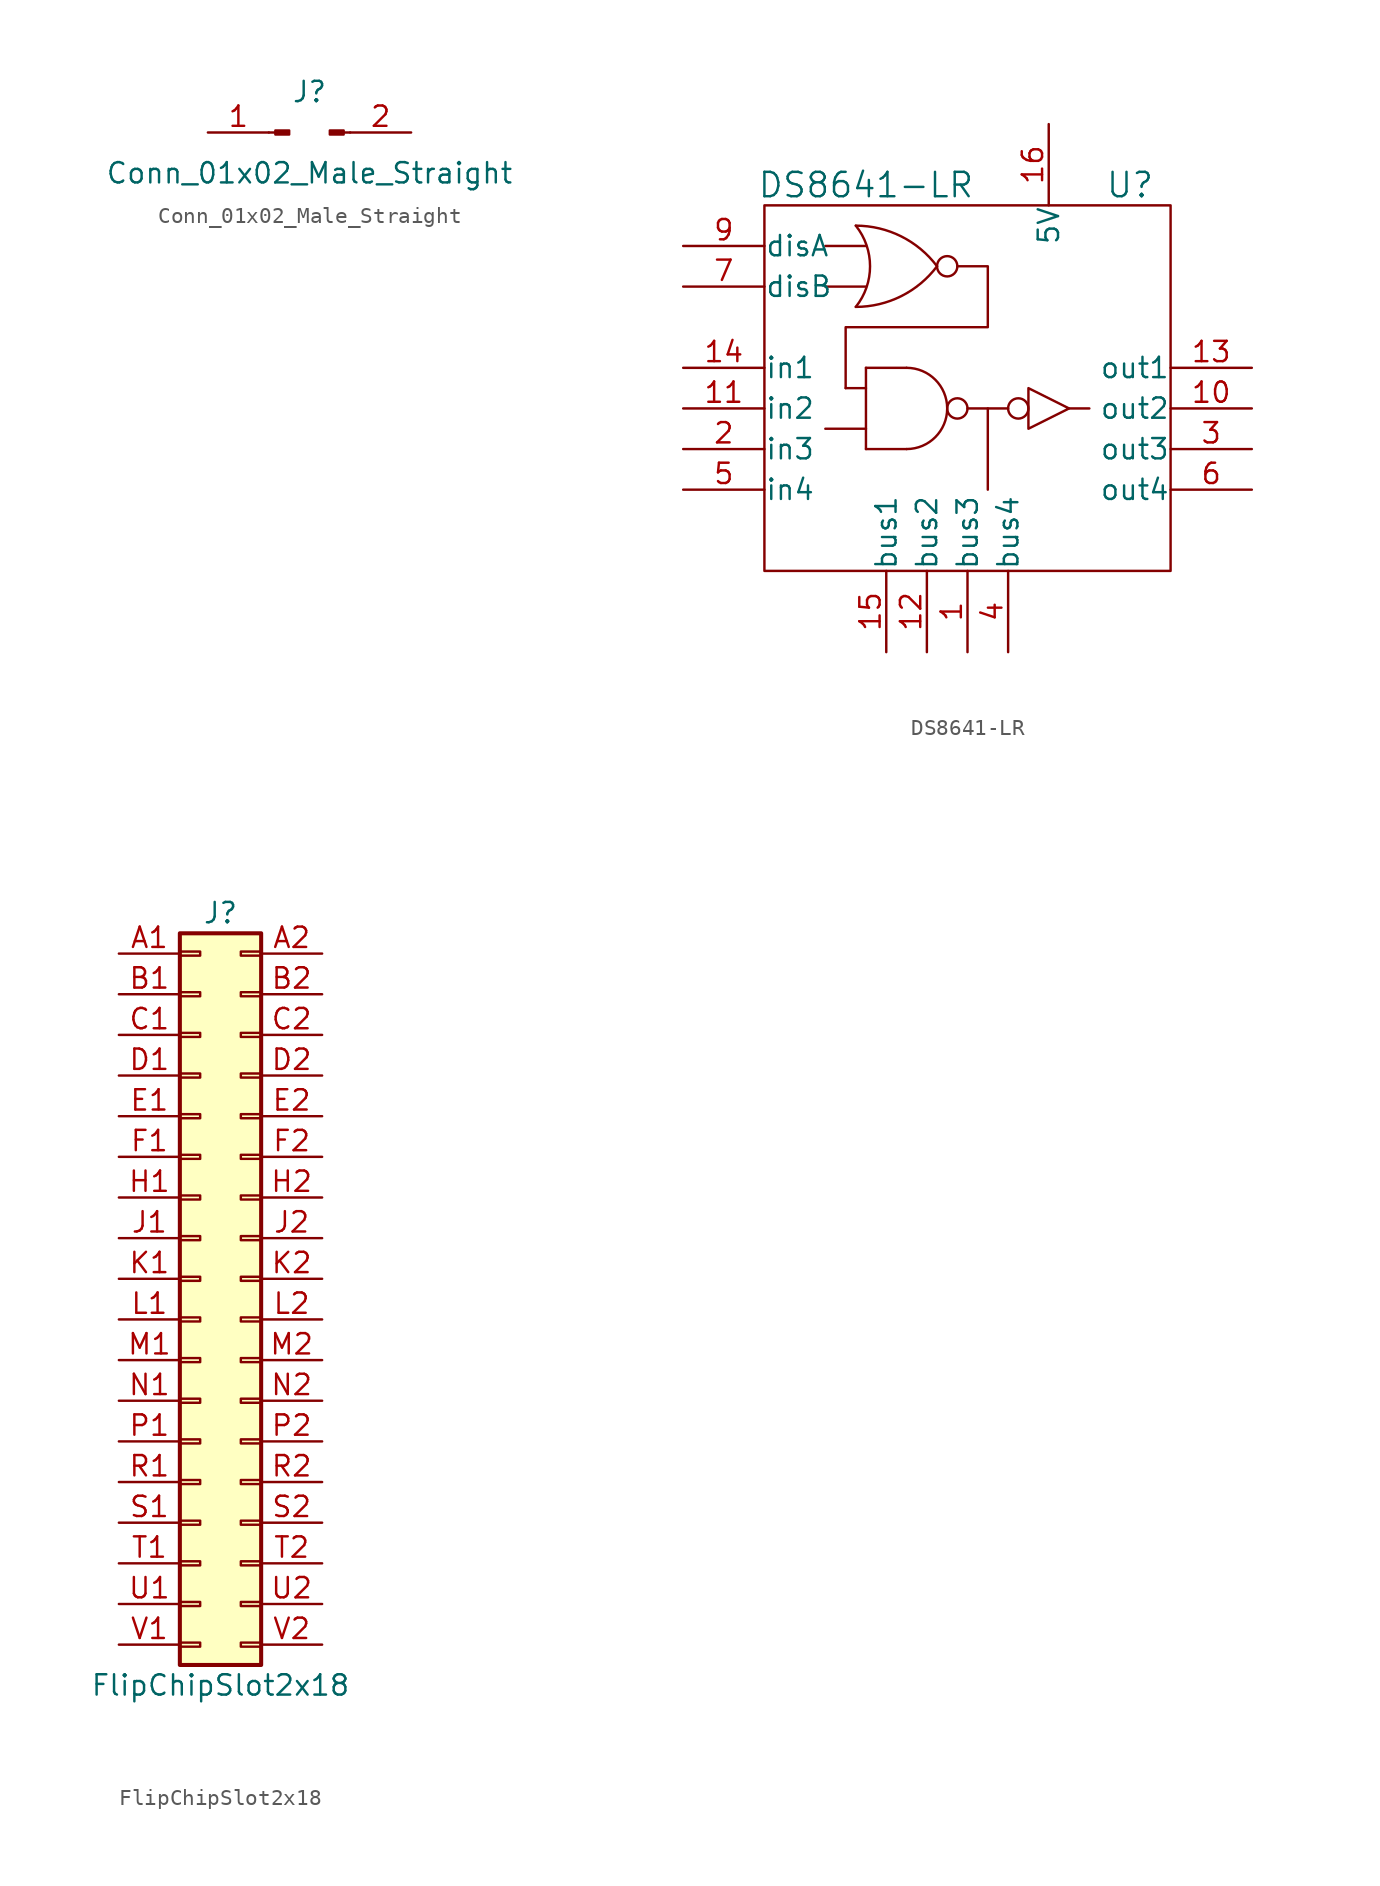
<source format=kicad_sym>
(kicad_symbol_lib
  (version 20231120)
  (generator "kicad_symbol_editor")
  (generator_version "8.0")
  (symbol "Conn_01x02_Male_Straight"
    (pin_names
      (offset 1.016) hide)
    (property "Reference" "J"
      (at -1.27 2.54 0)
      (effects (font (size 1.27 1.27))))
    (property "Value" "Conn_01x02_Male_Straight"
      (at -1.27 -2.54 0)
      (effects (font (size 1.27 1.27))))
    (symbol "Conn_01x02_Male_Straight_1_1"
      (rectangle (start -3.404 0.127) (end -2.54 -0.127) (stroke (width 0.152) (type solid)) (fill (type outline)))
      (polyline (pts (xy -3.81 0) (xy -3.404 0)) (stroke (width 0.152) (type solid)) (fill (type none)))
      (polyline (pts (xy 1.27 0) (xy 0.864 0)) (stroke (width 0.152) (type solid)) (fill (type none)))
      (rectangle (start 0.864 0.127) (end 0 -0.127) (stroke (width 0.152) (type solid)) (fill (type outline)))
      (pin passive line (at -7.62 0 0) (length 3.81) (name "Pin_1" (effects (font (size 1.27 1.27)))) (number "1" (effects (font (size 1.27 1.27)))))
      (pin passive line (at 5.08 0 180) (length 3.81) (name "Pin_2" (effects (font (size 1.27 1.27)))) (number "2" (effects (font (size 1.27 1.27)))))))
  (symbol "DS8641-LR"
    (pin_names
      (offset 0.025))
    (property "Reference" "U"
      (at 10.16 19.05 0)
      (effects (font (size 1.524 1.524))))
    (property "Value" "DS8641-LR"
      (at -6.35 19.05 0)
      (effects (font (size 1.524 1.524))))
    (property "Footprint" ""
      (at -13.335 13.335 0)
      (effects (font (size 1.524 1.524))))
    (property "Datasheet" ""
      (at -13.335 13.335 0)
      (effects (font (size 1.524 1.524))))
    (symbol "DS8641-LR_0_1"
      (rectangle (start -12.7 17.78) (end 12.7 -5.08) (stroke (width 0) (type solid)) (fill (type none)))
      (arc (start -6.985 11.43) (mid -6.094 13.97) (end -6.985 16.51) (stroke (width 0) (type solid)) (fill (type none)))
      (arc (start -6.985 11.43) (mid -4.1452 12.1004) (end -1.905 13.97) (stroke (width 0) (type solid)) (fill (type none)))
      (arc (start -3.81 2.54) (mid -1.281 5.08) (end -3.81 7.62) (stroke (width 0) (type solid)) (fill (type none)))
      (arc (start -1.905 13.97) (mid -4.1452 15.8396) (end -6.985 16.51) (stroke (width 0) (type solid)) (fill (type none)))
      (circle (center -1.27 13.97) (radius 0.635) (stroke (width 0) (type solid)) (fill (type none)))
      (circle (center -0.635 5.08) (radius 0.635) (stroke (width 0) (type solid)) (fill (type none)))
      (polyline (pts (xy -8.89 3.81) (xy -6.35 3.81)) (stroke (width 0) (type solid)) (fill (type none)))
      (polyline (pts (xy -8.89 12.7) (xy -6.35 12.7)) (stroke (width 0) (type solid)) (fill (type none)))
      (polyline (pts (xy -8.89 15.24) (xy -6.35 15.24)) (stroke (width 0) (type solid)) (fill (type none)))
      (polyline (pts (xy -7.62 6.35) (xy -6.35 6.35)) (stroke (width 0) (type solid)) (fill (type none)))
      (polyline (pts (xy -6.35 2.54) (xy -3.81 2.54)) (stroke (width 0) (type solid)) (fill (type none)))
      (polyline (pts (xy -6.35 7.62) (xy -6.35 2.54)) (stroke (width 0) (type solid)) (fill (type none)))
      (polyline (pts (xy -6.35 7.62) (xy -3.81 7.62)) (stroke (width 0) (type solid)) (fill (type none)))
      (polyline (pts (xy 0 5.08) (xy 2.54 5.08)) (stroke (width 0) (type solid)) (fill (type none)))
      (polyline (pts (xy 1.27 5.08) (xy 1.27 0)) (stroke (width 0) (type solid)) (fill (type none)))
      (polyline (pts (xy 6.35 5.08) (xy 7.62 5.08)) (stroke (width 0) (type solid)) (fill (type none)))
      (polyline (pts (xy 3.81 6.35) (xy 3.81 3.81) (xy 6.35 5.08) (xy 3.81 6.35)) (stroke (width 0) (type solid)) (fill (type none)))
      (polyline (pts (xy -7.62 6.35) (xy -7.62 10.16) (xy 1.27 10.16) (xy 1.27 13.97) (xy -0.635 13.97)) (stroke (width 0) (type solid)) (fill (type none)))
      (circle (center 3.175 5.08) (radius 0.635) (stroke (width 0) (type solid)) (fill (type none)))
      (pin input line (at -17.78 12.7 0) (length 5.08) (name "disB" (effects (font (size 1.27 1.27)))) (number "7" (effects (font (size 1.27 1.27)))))
      (pin input line (at -17.78 15.24 0) (length 5.08) (name "disA" (effects (font (size 1.27 1.27)))) (number "9" (effects (font (size 1.27 1.27))))))
    (symbol "DS8641-LR_1_1"
      (pin open_collector line (at 0 -10.16 90) (length 5.08) (name "bus3" (effects (font (size 1.27 1.27)))) (number "1" (effects (font (size 1.27 1.27)))))
      (pin output line (at 17.78 5.08 180) (length 5.08) (name "out2" (effects (font (size 1.27 1.27)))) (number "10" (effects (font (size 1.27 1.27)))))
      (pin input line (at -17.78 5.08 0) (length 5.08) (name "in2" (effects (font (size 1.27 1.27)))) (number "11" (effects (font (size 1.27 1.27)))))
      (pin open_collector line (at -2.54 -10.16 90) (length 5.08) (name "bus2" (effects (font (size 1.27 1.27)))) (number "12" (effects (font (size 1.27 1.27)))))
      (pin output line (at 17.78 7.62 180) (length 5.08) (name "out1" (effects (font (size 1.27 1.27)))) (number "13" (effects (font (size 1.27 1.27)))))
      (pin input line (at -17.78 7.62 0) (length 5.08) (name "in1" (effects (font (size 1.27 1.27)))) (number "14" (effects (font (size 1.27 1.27)))))
      (pin open_collector line (at -5.08 -10.16 90) (length 5.08) (name "bus1" (effects (font (size 1.27 1.27)))) (number "15" (effects (font (size 1.27 1.27)))))
      (pin power_in line (at 5.08 22.86 270) (length 5.08) (name "5V" (effects (font (size 1.27 1.27)))) (number "16" (effects (font (size 1.27 1.27)))))
      (pin input line (at -17.78 2.54 0) (length 5.08) (name "in3" (effects (font (size 1.27 1.27)))) (number "2" (effects (font (size 1.27 1.27)))))
      (pin output line (at 17.78 2.54 180) (length 5.08) (name "out3" (effects (font (size 1.27 1.27)))) (number "3" (effects (font (size 1.27 1.27)))))
      (pin open_collector line (at 2.54 -10.16 90) (length 5.08) (name "bus4" (effects (font (size 1.27 1.27)))) (number "4" (effects (font (size 1.27 1.27)))))
      (pin input line (at -17.78 0 0) (length 5.08) (name "in4" (effects (font (size 1.27 1.27)))) (number "5" (effects (font (size 1.27 1.27)))))
      (pin output line (at 17.78 0 180) (length 5.08) (name "out4" (effects (font (size 1.27 1.27)))) (number "6" (effects (font (size 1.27 1.27)))))
      (pin power_in line (at 7.62 -5.08 90) (length 0) hide (name "GND" (effects (font (size 1.27 1.27)))) (number "8" (effects (font (size 1.27 1.27)))))))
  (symbol "FlipChipSlot2x18"
    (pin_names
      (offset 1.016) hide)
    (property "Reference" "J"
      (at 1.27 22.86 0)
      (effects (font (size 1.27 1.27))))
    (property "Value" "FlipChipSlot2x18"
      (at 1.27 -25.4 0)
      (effects (font (size 1.27 1.27))))
    (symbol "FlipChipSlot2x18_1_1"
      (rectangle (start -1.27 -22.733) (end 0 -22.987) (stroke (width 0.152) (type solid)) (fill (type none)))
      (rectangle (start -1.27 -20.193) (end 0 -20.447) (stroke (width 0.152) (type solid)) (fill (type none)))
      (rectangle (start -1.27 -17.653) (end 0 -17.907) (stroke (width 0.152) (type solid)) (fill (type none)))
      (rectangle (start -1.27 -15.113) (end 0 -15.367) (stroke (width 0.152) (type solid)) (fill (type none)))
      (rectangle (start -1.27 -12.573) (end 0 -12.827) (stroke (width 0.152) (type solid)) (fill (type none)))
      (rectangle (start -1.27 -10.033) (end 0 -10.287) (stroke (width 0.152) (type solid)) (fill (type none)))
      (rectangle (start -1.27 -7.493) (end 0 -7.747) (stroke (width 0.152) (type solid)) (fill (type none)))
      (rectangle (start -1.27 -4.953) (end 0 -5.207) (stroke (width 0.152) (type solid)) (fill (type none)))
      (rectangle (start -1.27 -2.413) (end 0 -2.667) (stroke (width 0.152) (type solid)) (fill (type none)))
      (rectangle (start -1.27 0.127) (end 0 -0.127) (stroke (width 0.152) (type solid)) (fill (type none)))
      (rectangle (start -1.27 2.667) (end 0 2.413) (stroke (width 0.152) (type solid)) (fill (type none)))
      (rectangle (start -1.27 5.207) (end 0 4.953) (stroke (width 0.152) (type solid)) (fill (type none)))
      (rectangle (start -1.27 7.747) (end 0 7.493) (stroke (width 0.152) (type solid)) (fill (type none)))
      (rectangle (start -1.27 10.287) (end 0 10.033) (stroke (width 0.152) (type solid)) (fill (type none)))
      (rectangle (start -1.27 12.827) (end 0 12.573) (stroke (width 0.152) (type solid)) (fill (type none)))
      (rectangle (start -1.27 15.367) (end 0 15.113) (stroke (width 0.152) (type solid)) (fill (type none)))
      (rectangle (start -1.27 17.907) (end 0 17.653) (stroke (width 0.152) (type solid)) (fill (type none)))
      (rectangle (start -1.27 20.447) (end 0 20.193) (stroke (width 0.152) (type solid)) (fill (type none)))
      (rectangle (start -1.27 21.59) (end 3.81 -24.13) (stroke (width 0.254) (type solid)) (fill (type background)))
      (rectangle (start 3.81 -22.733) (end 2.54 -22.987) (stroke (width 0.152) (type solid)) (fill (type none)))
      (rectangle (start 3.81 -20.193) (end 2.54 -20.447) (stroke (width 0.152) (type solid)) (fill (type none)))
      (rectangle (start 3.81 -17.653) (end 2.54 -17.907) (stroke (width 0.152) (type solid)) (fill (type none)))
      (rectangle (start 3.81 -15.113) (end 2.54 -15.367) (stroke (width 0.152) (type solid)) (fill (type none)))
      (rectangle (start 3.81 -12.573) (end 2.54 -12.827) (stroke (width 0.152) (type solid)) (fill (type none)))
      (rectangle (start 3.81 -10.033) (end 2.54 -10.287) (stroke (width 0.152) (type solid)) (fill (type none)))
      (rectangle (start 3.81 -7.493) (end 2.54 -7.747) (stroke (width 0.152) (type solid)) (fill (type none)))
      (rectangle (start 3.81 -4.953) (end 2.54 -5.207) (stroke (width 0.152) (type solid)) (fill (type none)))
      (rectangle (start 3.81 -2.413) (end 2.54 -2.667) (stroke (width 0.152) (type solid)) (fill (type none)))
      (rectangle (start 3.81 0.127) (end 2.54 -0.127) (stroke (width 0.152) (type solid)) (fill (type none)))
      (rectangle (start 3.81 2.667) (end 2.54 2.413) (stroke (width 0.152) (type solid)) (fill (type none)))
      (rectangle (start 3.81 5.207) (end 2.54 4.953) (stroke (width 0.152) (type solid)) (fill (type none)))
      (rectangle (start 3.81 7.747) (end 2.54 7.493) (stroke (width 0.152) (type solid)) (fill (type none)))
      (rectangle (start 3.81 10.287) (end 2.54 10.033) (stroke (width 0.152) (type solid)) (fill (type none)))
      (rectangle (start 3.81 12.827) (end 2.54 12.573) (stroke (width 0.152) (type solid)) (fill (type none)))
      (rectangle (start 3.81 15.367) (end 2.54 15.113) (stroke (width 0.152) (type solid)) (fill (type none)))
      (rectangle (start 3.81 17.907) (end 2.54 17.653) (stroke (width 0.152) (type solid)) (fill (type none)))
      (rectangle (start 3.81 20.447) (end 2.54 20.193) (stroke (width 0.152) (type solid)) (fill (type none)))
      (pin passive line (at -5.08 20.32 0) (length 3.81) (name "Pin_A1" (effects (font (size 1.27 1.27)))) (number "A1" (effects (font (size 1.27 1.27)))))
      (pin passive line (at 7.62 20.32 180) (length 3.81) (name "Pin_A2" (effects (font (size 1.27 1.27)))) (number "A2" (effects (font (size 1.27 1.27)))))
      (pin passive line (at -5.08 17.78 0) (length 3.81) (name "Pin_B1" (effects (font (size 1.27 1.27)))) (number "B1" (effects (font (size 1.27 1.27)))))
      (pin passive line (at 7.62 17.78 180) (length 3.81) (name "Pin_B2" (effects (font (size 1.27 1.27)))) (number "B2" (effects (font (size 1.27 1.27)))))
      (pin passive line (at -5.08 15.24 0) (length 3.81) (name "Pin_C1" (effects (font (size 1.27 1.27)))) (number "C1" (effects (font (size 1.27 1.27)))))
      (pin passive line (at 7.62 15.24 180) (length 3.81) (name "Pin_C2" (effects (font (size 1.27 1.27)))) (number "C2" (effects (font (size 1.27 1.27)))))
      (pin passive line (at -5.08 12.7 0) (length 3.81) (name "Pin_D1" (effects (font (size 1.27 1.27)))) (number "D1" (effects (font (size 1.27 1.27)))))
      (pin passive line (at 7.62 12.7 180) (length 3.81) (name "Pin_D2" (effects (font (size 1.27 1.27)))) (number "D2" (effects (font (size 1.27 1.27)))))
      (pin passive line (at -5.08 10.16 0) (length 3.81) (name "Pin_E1" (effects (font (size 1.27 1.27)))) (number "E1" (effects (font (size 1.27 1.27)))))
      (pin passive line (at 7.62 10.16 180) (length 3.81) (name "Pin_E2" (effects (font (size 1.27 1.27)))) (number "E2" (effects (font (size 1.27 1.27)))))
      (pin passive line (at -5.08 7.62 0) (length 3.81) (name "Pin_F1" (effects (font (size 1.27 1.27)))) (number "F1" (effects (font (size 1.27 1.27)))))
      (pin passive line (at 7.62 7.62 180) (length 3.81) (name "Pin_F2" (effects (font (size 1.27 1.27)))) (number "F2" (effects (font (size 1.27 1.27)))))
      (pin passive line (at -5.08 5.08 0) (length 3.81) (name "Pin_H1" (effects (font (size 1.27 1.27)))) (number "H1" (effects (font (size 1.27 1.27)))))
      (pin passive line (at 7.62 5.08 180) (length 3.81) (name "Pin_H2" (effects (font (size 1.27 1.27)))) (number "H2" (effects (font (size 1.27 1.27)))))
      (pin passive line (at -5.08 2.54 0) (length 3.81) (name "Pin_J1" (effects (font (size 1.27 1.27)))) (number "J1" (effects (font (size 1.27 1.27)))))
      (pin passive line (at 7.62 2.54 180) (length 3.81) (name "Pin_J2" (effects (font (size 1.27 1.27)))) (number "J2" (effects (font (size 1.27 1.27)))))
      (pin passive line (at -5.08 0 0) (length 3.81) (name "Pin_K1" (effects (font (size 1.27 1.27)))) (number "K1" (effects (font (size 1.27 1.27)))))
      (pin passive line (at 7.62 0 180) (length 3.81) (name "Pin_K2" (effects (font (size 1.27 1.27)))) (number "K2" (effects (font (size 1.27 1.27)))))
      (pin passive line (at -5.08 -2.54 0) (length 3.81) (name "Pin_L1" (effects (font (size 1.27 1.27)))) (number "L1" (effects (font (size 1.27 1.27)))))
      (pin passive line (at 7.62 -2.54 180) (length 3.81) (name "Pin_L2" (effects (font (size 1.27 1.27)))) (number "L2" (effects (font (size 1.27 1.27)))))
      (pin passive line (at -5.08 -5.08 0) (length 3.81) (name "Pin_M1" (effects (font (size 1.27 1.27)))) (number "M1" (effects (font (size 1.27 1.27)))))
      (pin passive line (at 7.62 -5.08 180) (length 3.81) (name "Pin_M2" (effects (font (size 1.27 1.27)))) (number "M2" (effects (font (size 1.27 1.27)))))
      (pin passive line (at -5.08 -7.62 0) (length 3.81) (name "Pin_N1" (effects (font (size 1.27 1.27)))) (number "N1" (effects (font (size 1.27 1.27)))))
      (pin passive line (at 7.62 -7.62 180) (length 3.81) (name "Pin_N2" (effects (font (size 1.27 1.27)))) (number "N2" (effects (font (size 1.27 1.27)))))
      (pin passive line (at -5.08 -10.16 0) (length 3.81) (name "Pin_P1" (effects (font (size 1.27 1.27)))) (number "P1" (effects (font (size 1.27 1.27)))))
      (pin passive line (at 7.62 -10.16 180) (length 3.81) (name "Pin_P2" (effects (font (size 1.27 1.27)))) (number "P2" (effects (font (size 1.27 1.27)))))
      (pin passive line (at -5.08 -12.7 0) (length 3.81) (name "Pin_R1" (effects (font (size 1.27 1.27)))) (number "R1" (effects (font (size 1.27 1.27)))))
      (pin passive line (at 7.62 -12.7 180) (length 3.81) (name "Pin_R2" (effects (font (size 1.27 1.27)))) (number "R2" (effects (font (size 1.27 1.27)))))
      (pin passive line (at -5.08 -15.24 0) (length 3.81) (name "Pin_S1" (effects (font (size 1.27 1.27)))) (number "S1" (effects (font (size 1.27 1.27)))))
      (pin passive line (at 7.62 -15.24 180) (length 3.81) (name "Pin_S2" (effects (font (size 1.27 1.27)))) (number "S2" (effects (font (size 1.27 1.27)))))
      (pin passive line (at -5.08 -17.78 0) (length 3.81) (name "Pin_T1" (effects (font (size 1.27 1.27)))) (number "T1" (effects (font (size 1.27 1.27)))))
      (pin passive line (at 7.62 -17.78 180) (length 3.81) (name "Pin_T2" (effects (font (size 1.27 1.27)))) (number "T2" (effects (font (size 1.27 1.27)))))
      (pin passive line (at -5.08 -20.32 0) (length 3.81) (name "Pin_U1" (effects (font (size 1.27 1.27)))) (number "U1" (effects (font (size 1.27 1.27)))))
      (pin passive line (at 7.62 -20.32 180) (length 3.81) (name "Pin_U2" (effects (font (size 1.27 1.27)))) (number "U2" (effects (font (size 1.27 1.27)))))
      (pin passive line (at -5.08 -22.86 0) (length 3.81) (name "Pin_V1" (effects (font (size 1.27 1.27)))) (number "V1" (effects (font (size 1.27 1.27)))))
      (pin passive line (at 7.62 -22.86 180) (length 3.81) (name "Pin_V2" (effects (font (size 1.27 1.27)))) (number "V2" (effects (font (size 1.27 1.27))))))))
</source>
